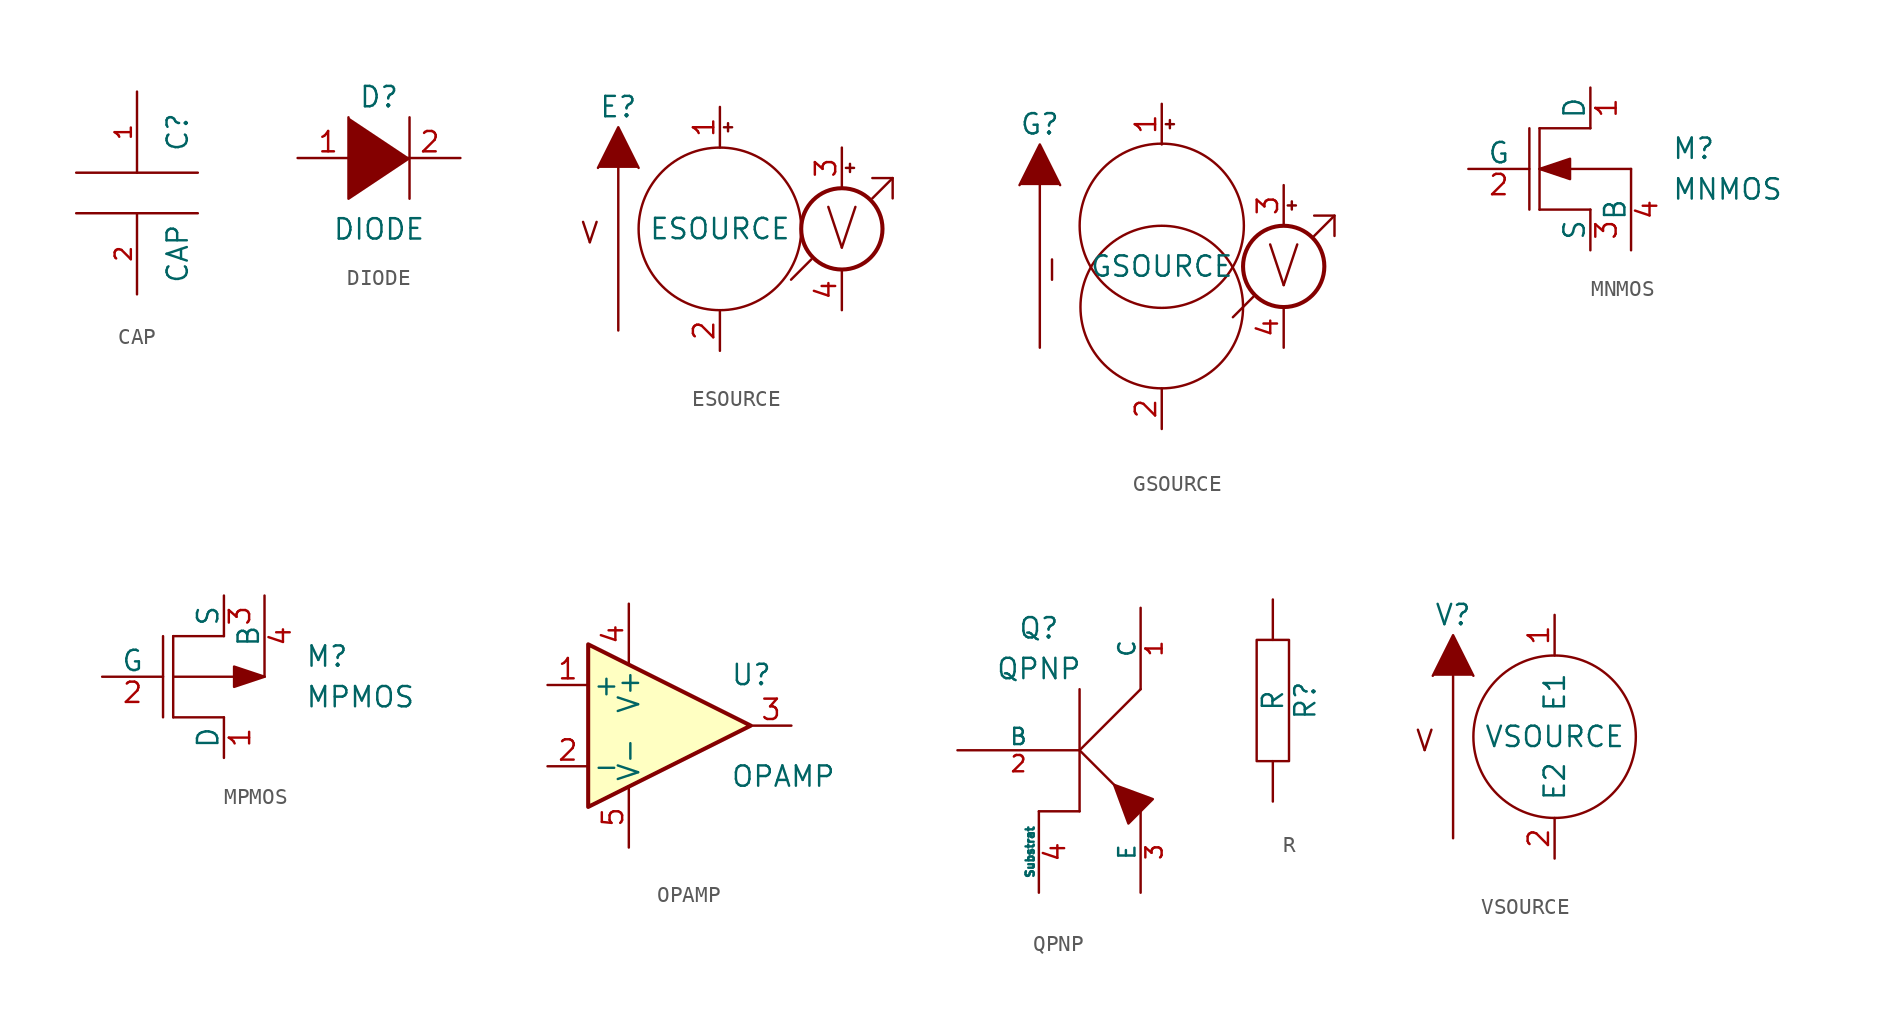
<source format=kicad_sym>
(kicad_symbol_lib
  (version 20220914)
  (generator kicad_symbol_editor)
  (symbol "CAP"
    (pin_names
      (offset 0.254))
    (property "Reference" "C"
      (at 2.54 3.81 90)
      (effects (font (size 1.27 1.27))))
    (property "Value" "CAP"
      (at 2.54 -3.81 90)
      (effects (font (size 1.27 1.27))))
    (symbol "CAP_0_1"
      (polyline (pts (xy -3.81 -1.27) (xy 3.81 -1.27)) (stroke (width 0) (type default)) (fill (type none)))
      (polyline (pts (xy -3.81 1.27) (xy 3.81 1.27)) (stroke (width 0) (type default)) (fill (type none))))
    (symbol "CAP_1_1"
      (pin passive line (at 0 6.35 270) (length 5.08) (name "~" (effects (font (size 1.016 1.016)))) (number "1" (effects (font (size 1.016 1.016)))))
      (pin passive line (at 0 -6.35 90) (length 5.08) (name "~" (effects (font (size 1.016 1.016)))) (number "2" (effects (font (size 1.016 1.016)))))))
  (symbol "DIODE"
    (pin_names
      (offset 1.016) hide)
    (property "Reference" "D"
      (at 0 3.81 0)
      (effects (font (size 1.27 1.27))))
    (property "Value" "DIODE"
      (at 0 -4.445 0)
      (effects (font (size 1.27 1.27))))
    (symbol "DIODE_0_1"
      (polyline (pts (xy 1.905 2.54) (xy 1.905 -2.54)) (stroke (width 0) (type default)) (fill (type none)))
      (polyline (pts (xy -1.905 2.54) (xy -1.905 -2.54) (xy 1.905 0)) (stroke (width 0) (type default)) (fill (type outline))))
    (symbol "DIODE_1_1"
      (pin input line (at -5.08 0 0) (length 3.81) (name "K" (effects (font (size 1.27 1.27)))) (number "1" (effects (font (size 1.27 1.27)))))
      (pin input line (at 5.08 0 180) (length 3.81) (name "A" (effects (font (size 1.27 1.27)))) (number "2" (effects (font (size 1.27 1.27)))))))
  (symbol "ESOURCE"
    (pin_names
      (offset 1.016) hide)
    (property "Reference" "E"
      (at -6.35 7.62 0)
      (effects (font (size 1.27 1.27))))
    (property "Value" "ESOURCE"
      (at 0 0 0)
      (effects (font (size 1.27 1.27))))
    (symbol "ESOURCE_1_1"
      (polyline (pts (xy -6.35 -6.35) (xy -6.35 3.81)) (stroke (width 0) (type default)) (fill (type outline)))
      (polyline (pts (xy 0.254 6.35) (xy 0.762 6.35)) (stroke (width 0) (type default)) (fill (type none)))
      (polyline (pts (xy 0.508 6.604) (xy 0.508 6.096)) (stroke (width 0) (type default)) (fill (type none)))
      (polyline (pts (xy 4.445 -3.175) (xy 5.715 -1.905)) (stroke (width 0) (type default)) (fill (type none)))
      (polyline (pts (xy 7.874 3.81) (xy 8.382 3.81)) (stroke (width 0) (type default)) (fill (type none)))
      (polyline (pts (xy 8.128 4.064) (xy 8.128 3.556)) (stroke (width 0) (type default)) (fill (type none)))
      (polyline (pts (xy 9.525 1.905) (xy 10.795 3.175)) (stroke (width 0) (type default)) (fill (type none)))
      (polyline (pts (xy -7.62 3.81) (xy -6.35 6.35) (xy -5.08 3.81)) (stroke (width 0) (type default)) (fill (type outline)))
      (polyline (pts (xy 9.525 3.175) (xy 10.795 3.175) (xy 10.795 1.905)) (stroke (width 0) (type default)) (fill (type none)))
      (circle (center 0 0) (radius 5.08) (stroke (width 0) (type default)) (fill (type none)))
      (circle (center 7.62 0) (radius 2.54) (stroke (width 0.254) (type default)) (fill (type none)))
      (text "V" (at -8.128 -0.254 0) (effects (font (size 1.27 1.27))))
      (text "V" (at 7.62 0 0) (effects (font (size 2.54 2.54))))
      (pin input line (at 0 7.62 270) (length 2.54) (name "N+" (effects (font (size 1.27 1.27)))) (number "1" (effects (font (size 1.27 1.27)))))
      (pin input line (at 0 -7.62 90) (length 2.54) (name "N-" (effects (font (size 1.27 1.27)))) (number "2" (effects (font (size 1.27 1.27)))))
      (pin passive line (at 7.62 5.08 270) (length 2.54) (name "C+" (effects (font (size 1.27 1.27)))) (number "3" (effects (font (size 1.27 1.27)))))
      (pin passive line (at 7.62 -5.08 90) (length 2.54) (name "C-" (effects (font (size 1.27 1.27)))) (number "4" (effects (font (size 1.27 1.27)))))))
  (symbol "GSOURCE"
    (pin_names
      (offset 1.016) hide)
    (property "Reference" "G"
      (at -7.62 8.89 0)
      (effects (font (size 1.27 1.27))))
    (property "Value" "GSOURCE"
      (at 0 0 0)
      (effects (font (size 1.27 1.27))))
    (symbol "GSOURCE_0_1"
      (circle (center 0 -2.54) (radius 5.08) (stroke (width 0) (type default)) (fill (type none)))
      (polyline (pts (xy -7.62 -5.08) (xy -7.62 5.08)) (stroke (width 0) (type default)) (fill (type outline)))
      (polyline (pts (xy -8.89 5.08) (xy -7.62 7.62) (xy -6.35 5.08)) (stroke (width 0) (type default)) (fill (type outline)))
      (circle (center 0 2.54) (radius 5.131) (stroke (width 0) (type default)) (fill (type none)))
      (text "I" (at -6.858 -0.254 0) (effects (font (size 1.27 1.27)))))
    (symbol "GSOURCE_1_1"
      (polyline (pts (xy 0.254 8.89) (xy 0.762 8.89)) (stroke (width 0) (type default)) (fill (type none)))
      (polyline (pts (xy 0.508 9.144) (xy 0.508 8.636)) (stroke (width 0) (type default)) (fill (type none)))
      (polyline (pts (xy 4.445 -3.175) (xy 5.715 -1.905)) (stroke (width 0) (type default)) (fill (type none)))
      (polyline (pts (xy 7.874 3.81) (xy 8.382 3.81)) (stroke (width 0) (type default)) (fill (type none)))
      (polyline (pts (xy 8.128 4.064) (xy 8.128 3.556)) (stroke (width 0) (type default)) (fill (type none)))
      (polyline (pts (xy 9.525 1.905) (xy 10.795 3.175)) (stroke (width 0) (type default)) (fill (type none)))
      (polyline (pts (xy 9.525 3.175) (xy 10.795 3.175) (xy 10.795 1.905)) (stroke (width 0) (type default)) (fill (type none)))
      (circle (center 7.62 0) (radius 2.54) (stroke (width 0.254) (type default)) (fill (type none)))
      (text "V" (at 7.62 0 0) (effects (font (size 2.54 2.54))))
      (pin input line (at 0 10.16 270) (length 2.54) (name "N+" (effects (font (size 1.27 1.27)))) (number "1" (effects (font (size 1.27 1.27)))))
      (pin input line (at 0 -10.16 90) (length 2.54) (name "N-" (effects (font (size 1.27 1.27)))) (number "2" (effects (font (size 1.27 1.27)))))
      (pin passive line (at 7.62 5.08 270) (length 2.54) (name "C+" (effects (font (size 1.27 1.27)))) (number "3" (effects (font (size 1.27 1.27)))))
      (pin passive line (at 7.62 -5.08 90) (length 2.54) (name "C-" (effects (font (size 1.27 1.27)))) (number "4" (effects (font (size 1.27 1.27)))))))
  (symbol "MNMOS"
    (pin_names
      (offset 0))
    (property "Reference" "M"
      (at 7.62 1.27 0)
      (effects (font (size 1.27 1.27)) (justify left)))
    (property "Value" "MNMOS"
      (at 7.62 -1.27 0)
      (effects (font (size 1.27 1.27)) (justify left)))
    (symbol "MNMOS_0_1"
      (polyline (pts (xy -1.27 -2.54) (xy -1.27 2.54)) (stroke (width 0) (type default)) (fill (type none)))
      (polyline (pts (xy -0.635 -2.54) (xy 2.54 -2.54)) (stroke (width 0) (type default)) (fill (type none)))
      (polyline (pts (xy 2.54 2.54) (xy -0.635 2.54)) (stroke (width 0) (type default)) (fill (type none)))
      (polyline (pts (xy 5.08 0) (xy -0.635 0)) (stroke (width 0) (type default)) (fill (type none)))
      (polyline (pts (xy -0.635 0) (xy 1.27 0.635) (xy 1.27 -0.635) (xy -0.635 0)) (stroke (width 0) (type default)) (fill (type outline))))
    (symbol "MNMOS_1_1"
      (polyline (pts (xy -0.635 -2.54) (xy -0.635 2.54)) (stroke (width 0) (type default)) (fill (type none)))
      (pin passive line (at 2.54 5.08 270) (length 2.54) (name "D" (effects (font (size 1.27 1.27)))) (number "1" (effects (font (size 1.27 1.27)))))
      (pin input line (at -5.08 0 0) (length 3.81) (name "G" (effects (font (size 1.27 1.27)))) (number "2" (effects (font (size 1.27 1.27)))))
      (pin passive line (at 2.54 -5.08 90) (length 2.54) (name "S" (effects (font (size 1.27 1.27)))) (number "3" (effects (font (size 1.27 1.27)))))
      (pin input line (at 5.08 -5.08 90) (length 5.08) (name "B" (effects (font (size 1.27 1.27)))) (number "4" (effects (font (size 1.27 1.27)))))))
  (symbol "MPMOS"
    (pin_names
      (offset 0))
    (property "Reference" "M"
      (at 7.62 1.27 0)
      (effects (font (size 1.27 1.27)) (justify left)))
    (property "Value" "MPMOS"
      (at 7.62 -1.27 0)
      (effects (font (size 1.27 1.27)) (justify left)))
    (symbol "MPMOS_0_1"
      (polyline (pts (xy -1.27 2.54) (xy -1.27 -2.54)) (stroke (width 0) (type default)) (fill (type none)))
      (polyline (pts (xy -0.635 -2.54) (xy 2.54 -2.54)) (stroke (width 0) (type default)) (fill (type none)))
      (polyline (pts (xy 2.54 2.54) (xy -0.635 2.54)) (stroke (width 0) (type default)) (fill (type none)))
      (polyline (pts (xy 5.08 0) (xy -0.635 0)) (stroke (width 0) (type default)) (fill (type none)))
      (polyline (pts (xy 5.08 0) (xy 3.175 0.635) (xy 3.175 -0.635) (xy 5.08 0)) (stroke (width 0) (type default)) (fill (type outline))))
    (symbol "MPMOS_1_1"
      (polyline (pts (xy -0.635 -2.54) (xy -0.635 2.54)) (stroke (width 0) (type default)) (fill (type none)))
      (pin passive line (at 2.54 -5.08 90) (length 2.54) (name "D" (effects (font (size 1.27 1.27)))) (number "1" (effects (font (size 1.27 1.27)))))
      (pin input line (at -5.08 0 0) (length 3.81) (name "G" (effects (font (size 1.27 1.27)))) (number "2" (effects (font (size 1.27 1.27)))))
      (pin passive line (at 2.54 5.08 270) (length 2.54) (name "S" (effects (font (size 1.27 1.27)))) (number "3" (effects (font (size 1.27 1.27)))))
      (pin input line (at 5.08 5.08 270) (length 5.08) (name "B" (effects (font (size 1.27 1.27)))) (number "4" (effects (font (size 1.27 1.27)))))))
  (symbol "OPAMP"
    (pin_names
      (offset 0.254))
    (property "Reference" "U"
      (at 3.81 3.175 0)
      (effects (font (size 1.27 1.27)) (justify left)))
    (property "Value" "OPAMP"
      (at 3.81 -3.175 0)
      (effects (font (size 1.27 1.27)) (justify left)))
    (symbol "OPAMP_0_1"
      (polyline (pts (xy 5.08 0) (xy -5.08 5.08) (xy -5.08 -5.08) (xy 5.08 0)) (stroke (width 0.254) (type default)) (fill (type background))))
    (symbol "OPAMP_1_1"
      (pin input line (at -7.62 2.54 0) (length 2.54) (name "+" (effects (font (size 1.27 1.27)))) (number "1" (effects (font (size 1.27 1.27)))))
      (pin input line (at -7.62 -2.54 0) (length 2.54) (name "-" (effects (font (size 1.27 1.27)))) (number "2" (effects (font (size 1.27 1.27)))))
      (pin output line (at 7.62 0 180) (length 2.54) (name "~" (effects (font (size 1.27 1.27)))) (number "3" (effects (font (size 1.27 1.27)))))
      (pin power_in line (at -2.54 7.62 270) (length 3.81) (name "V+" (effects (font (size 1.27 1.27)))) (number "4" (effects (font (size 1.27 1.27)))))
      (pin power_in line (at -2.54 -7.62 90) (length 3.81) (name "V-" (effects (font (size 1.27 1.27)))) (number "5" (effects (font (size 1.27 1.27)))))))
  (symbol "QPNP"
    (pin_names
      (offset 0))
    (property "Reference" "Q"
      (at -2.54 7.62 0)
      (effects (font (size 1.27 1.27))))
    (property "Value" "QPNP"
      (at -2.54 5.08 0)
      (effects (font (size 1.27 1.27))))
    (symbol "QPNP_0_1"
      (polyline (pts (xy 0 -3.81) (xy 0 3.81)) (stroke (width 0) (type default)) (fill (type none)))
      (polyline (pts (xy 0 0) (xy 3.81 -3.81)) (stroke (width 0) (type default)) (fill (type none)))
      (polyline (pts (xy 0 0) (xy 3.81 3.81)) (stroke (width 0) (type default)) (fill (type none)))
      (polyline (pts (xy -2.54 -3.81) (xy 0 -3.81) (xy 0 -3.81)) (stroke (width 0) (type default)) (fill (type none)))
      (polyline (pts (xy 3.048 -4.572) (xy 4.572 -3.048) (xy 2.159 -2.159) (xy 3.048 -4.572)) (stroke (width 0) (type default)) (fill (type outline))))
    (symbol "QPNP_1_1"
      (pin open_collector line (at 3.81 8.89 270) (length 5.08) (name "C" (effects (font (size 1.016 1.016)))) (number "1" (effects (font (size 1.016 1.016)))))
      (pin input line (at -7.62 0 0) (length 7.62) (name "B" (effects (font (size 1.016 1.016)))) (number "2" (effects (font (size 1.016 1.016)))))
      (pin open_emitter line (at 3.81 -8.89 90) (length 5.08) (name "E" (effects (font (size 1.016 1.016)))) (number "3" (effects (font (size 1.016 1.016)))))
      (pin input line (at -2.54 -8.89 90) (length 5.08) (name "Substrat" (effects (font (size 0.508 0.508)))) (number "4" (effects (font (size 1.27 1.27)))))))
  (symbol "R"
    (pin_numbers hide)
    (pin_names
      (offset 0))
    (property "Reference" "R"
      (at 2.032 0 90)
      (effects (font (size 1.27 1.27))))
    (property "Value" "R"
      (at 0 0 90)
      (effects (font (size 1.27 1.27))))
    (symbol "R_0_1"
      (rectangle (start -1.016 3.81) (end 1.016 -3.81) (stroke (width 0) (type default)) (fill (type none))))
    (symbol "R_1_1"
      (pin passive line (at 0 6.35 270) (length 2.54) (name "~" (effects (font (size 1.27 1.27)))) (number "1" (effects (font (size 1.27 1.27)))))
      (pin passive line (at 0 -6.35 90) (length 2.54) (name "~" (effects (font (size 1.27 1.27)))) (number "2" (effects (font (size 1.27 1.27)))))))
  (symbol "VSOURCE"
    (pin_names
      (offset 1.016))
    (property "Reference" "V"
      (at -6.35 7.62 0)
      (effects (font (size 1.27 1.27))))
    (property "Value" "VSOURCE"
      (at 0 0 0)
      (effects (font (size 1.27 1.27))))
    (symbol "VSOURCE_0_1"
      (polyline (pts (xy -6.35 -6.35) (xy -6.35 3.81)) (stroke (width 0) (type default)) (fill (type outline)))
      (polyline (pts (xy -7.62 3.81) (xy -6.35 6.35) (xy -5.08 3.81)) (stroke (width 0) (type default)) (fill (type outline)))
      (circle (center 0 0) (radius 5.08) (stroke (width 0) (type default)) (fill (type none)))
      (text "V" (at -8.128 -0.254 0) (effects (font (size 1.27 1.27)))))
    (symbol "VSOURCE_1_1"
      (pin input line (at 0 7.62 270) (length 2.54) (name "E1" (effects (font (size 1.27 1.27)))) (number "1" (effects (font (size 1.27 1.27)))))
      (pin input line (at 0 -7.62 90) (length 2.54) (name "E2" (effects (font (size 1.27 1.27)))) (number "2" (effects (font (size 1.27 1.27))))))))
</source>
